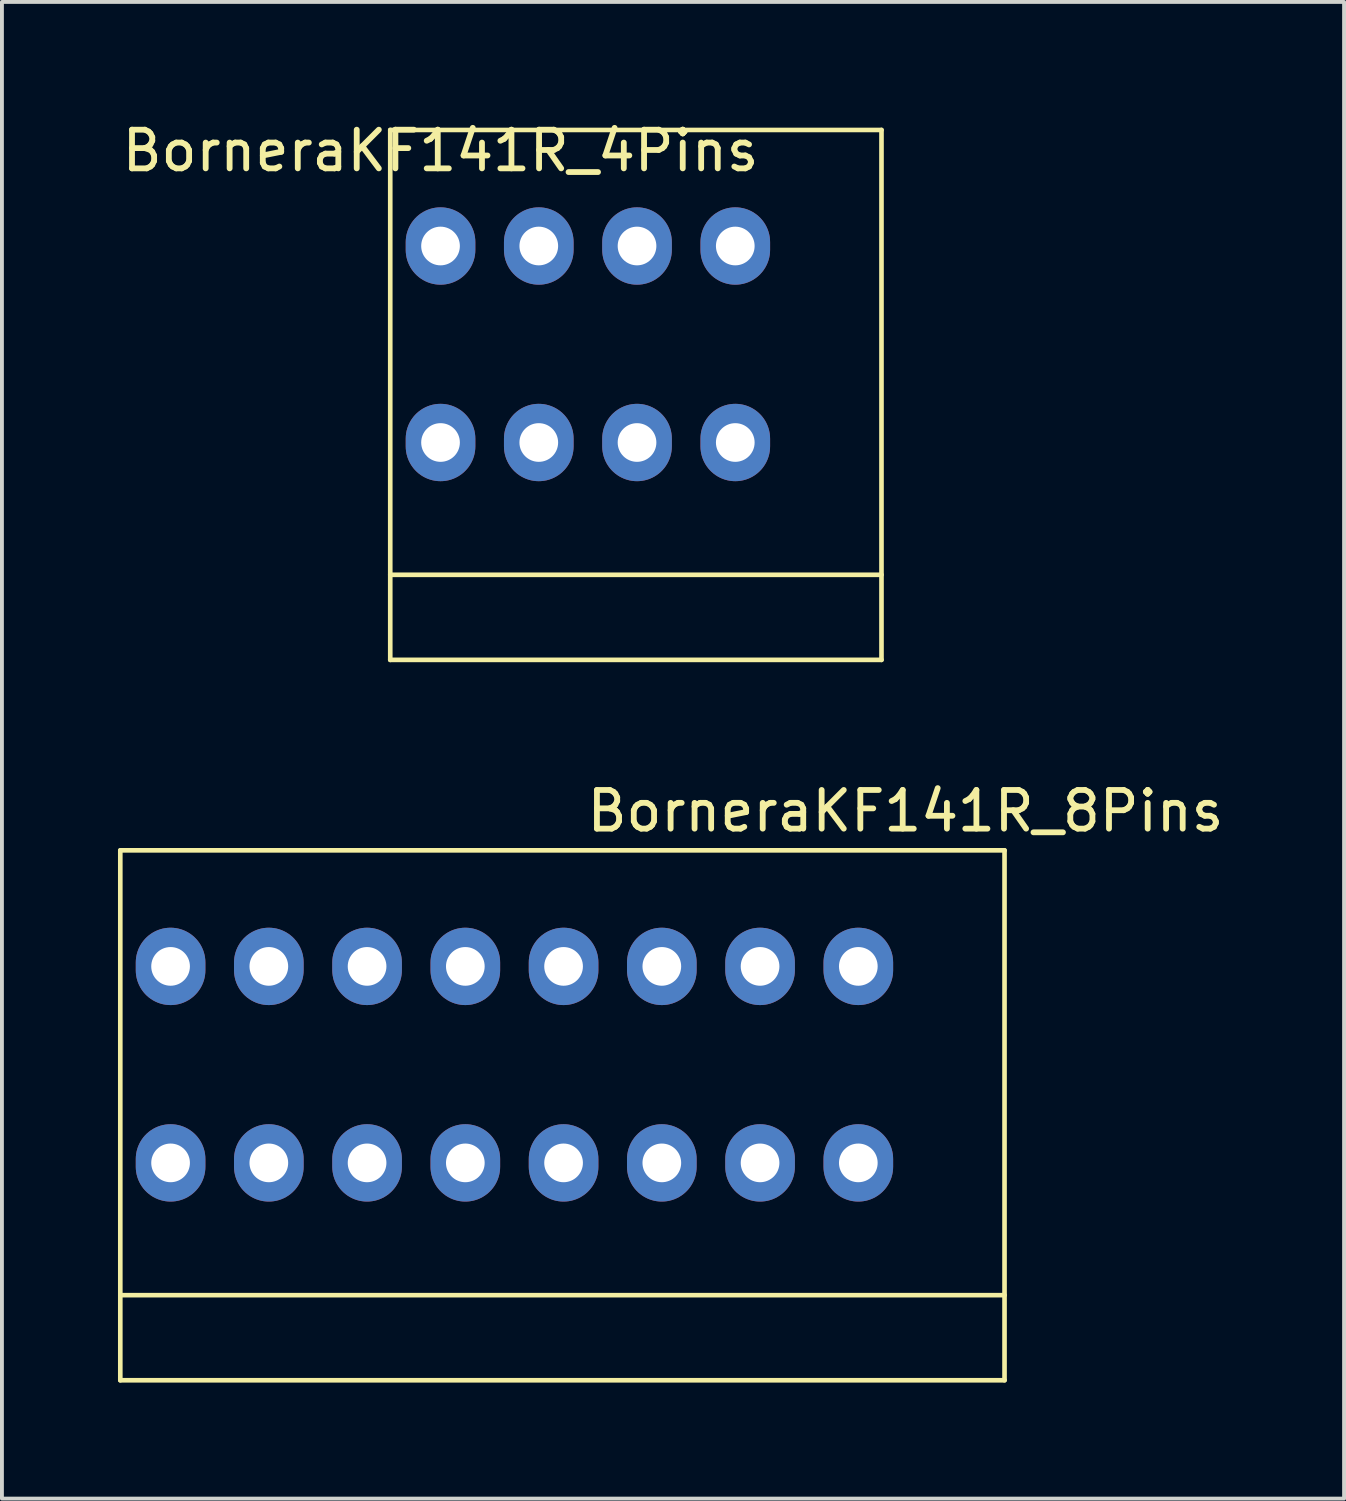
<source format=kicad_pcb>
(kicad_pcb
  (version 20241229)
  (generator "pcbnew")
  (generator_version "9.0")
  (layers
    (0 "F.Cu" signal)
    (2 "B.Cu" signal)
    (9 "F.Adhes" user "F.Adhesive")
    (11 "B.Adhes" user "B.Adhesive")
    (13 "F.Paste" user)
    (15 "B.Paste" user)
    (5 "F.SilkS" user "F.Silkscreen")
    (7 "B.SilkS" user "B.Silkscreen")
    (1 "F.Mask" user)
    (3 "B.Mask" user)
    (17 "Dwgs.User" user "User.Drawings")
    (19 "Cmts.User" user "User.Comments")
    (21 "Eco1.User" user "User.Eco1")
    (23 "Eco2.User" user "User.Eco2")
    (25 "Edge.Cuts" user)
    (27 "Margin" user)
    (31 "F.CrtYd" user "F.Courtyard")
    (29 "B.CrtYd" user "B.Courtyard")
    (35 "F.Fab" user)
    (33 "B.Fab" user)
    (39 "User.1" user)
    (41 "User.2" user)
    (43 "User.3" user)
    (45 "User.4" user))
  (footprint "BorneraKF141R_4Pins"
    (layer "F.Cu")
    (at 8.339 0.348)
    (property "Reference" "BorneraKF141R_4Pins" (at 0 0.5 0) (layer "F.SilkS") (effects (font (size 1 1) (thickness 0.15))))
    (attr through_hole)
    (fp_line (start -1.3 -0.038) (end -1.3 13.662) (stroke (width 0.12) (type solid)) (layer "F.SilkS"))
    (fp_line (start -1.3 11.462) (end 11.4 11.462) (stroke (width 0.12) (type solid)) (layer "F.SilkS"))
    (fp_line (start -1.3 13.662) (end 11.4 13.662) (stroke (width 0.12) (type solid)) (layer "F.SilkS"))
    (fp_line (start 11.4 -0.038) (end -1.3 -0.038) (stroke (width 0.12) (type solid)) (layer "F.SilkS"))
    (fp_line (start 11.4 13.662) (end 11.4 -0.038) (stroke (width 0.12) (type solid)) (layer "F.SilkS"))
    (pad "1" thru_hole oval (at 0 2.962 90) (size 2 1.8) (drill oval 1) (layers "*.Cu" "*.Mask"))
    (pad "1" thru_hole oval (at 0 8.042 90) (size 2 1.8) (drill oval 1) (layers "*.Cu" "*.Mask"))
    (pad "2" thru_hole oval (at 2.54 2.962 90) (size 2 1.8) (drill oval 1) (layers "*.Cu" "*.Mask"))
    (pad "2" thru_hole oval (at 2.54 8.042 90) (size 2 1.8) (drill oval 1) (layers "*.Cu" "*.Mask"))
    (pad "3" thru_hole oval (at 5.08 2.962 90) (size 2 1.8) (drill oval 1) (layers "*.Cu" "*.Mask"))
    (pad "3" thru_hole oval (at 5.08 8.042 90) (size 2 1.8) (drill oval 1) (layers "*.Cu" "*.Mask"))
    (pad "4" thru_hole oval (at 7.62 2.962 90) (size 2 1.8) (drill oval 1) (layers "*.Cu" "*.Mask"))
    (pad "4" thru_hole oval (at 7.62 8.042 90) (size 2 1.8) (drill oval 1) (layers "*.Cu" "*.Mask")))
  (footprint "BorneraKF141R_8Pins"
    (layer "F.Cu")
    (at 1.36 18.934)
    (property "Reference" "BorneraKF141R_8Pins" (at 18.999 -1.016 0) (layer "F.SilkS") (effects (font (size 1 1) (thickness 0.15))))
    (attr through_hole)
    (fp_line (start -1.3 0) (end -1.3 13.7) (stroke (width 0.12) (type solid)) (layer "F.SilkS"))
    (fp_line (start -1.3 11.5) (end 21.56 11.5) (stroke (width 0.12) (type solid)) (layer "F.SilkS"))
    (fp_line (start -1.3 13.7) (end 21.56 13.7) (stroke (width 0.12) (type solid)) (layer "F.SilkS"))
    (fp_line (start 21.56 0) (end -1.3 0) (stroke (width 0.12) (type solid)) (layer "F.SilkS"))
    (fp_line (start 21.56 13.7) (end 21.56 0) (stroke (width 0.12) (type solid)) (layer "F.SilkS"))
    (pad "1" thru_hole oval (at 0 3 90) (size 2 1.8) (drill oval 1) (layers "*.Cu" "*.Mask"))
    (pad "1" thru_hole oval (at 0 8.08 90) (size 2 1.8) (drill oval 1) (layers "*.Cu" "*.Mask"))
    (pad "2" thru_hole oval (at 2.54 3 90) (size 2 1.8) (drill oval 1) (layers "*.Cu" "*.Mask"))
    (pad "2" thru_hole oval (at 2.54 8.08 90) (size 2 1.8) (drill oval 1) (layers "*.Cu" "*.Mask"))
    (pad "3" thru_hole oval (at 5.08 3 90) (size 2 1.8) (drill oval 1) (layers "*.Cu" "*.Mask"))
    (pad "3" thru_hole oval (at 5.08 8.08 90) (size 2 1.8) (drill oval 1) (layers "*.Cu" "*.Mask"))
    (pad "4" thru_hole oval (at 7.62 3 90) (size 2 1.8) (drill oval 1) (layers "*.Cu" "*.Mask"))
    (pad "4" thru_hole oval (at 7.62 8.08 90) (size 2 1.8) (drill oval 1) (layers "*.Cu" "*.Mask"))
    (pad "5" thru_hole oval (at 10.16 3 90) (size 2 1.8) (drill oval 1) (layers "*.Cu" "*.Mask"))
    (pad "5" thru_hole oval (at 10.16 8.08 90) (size 2 1.8) (drill oval 1) (layers "*.Cu" "*.Mask"))
    (pad "6" thru_hole oval (at 12.7 3 90) (size 2 1.8) (drill oval 1) (layers "*.Cu" "*.Mask"))
    (pad "6" thru_hole oval (at 12.7 8.08 90) (size 2 1.8) (drill oval 1) (layers "*.Cu" "*.Mask"))
    (pad "7" thru_hole oval (at 15.24 3 90) (size 2 1.8) (drill oval 1) (layers "*.Cu" "*.Mask"))
    (pad "7" thru_hole oval (at 15.24 8.08 90) (size 2 1.8) (drill oval 1) (layers "*.Cu" "*.Mask"))
    (pad "8" thru_hole oval (at 17.78 3 90) (size 2 1.8) (drill oval 1) (layers "*.Cu" "*.Mask"))
    (pad "8" thru_hole oval (at 17.78 8.08 90) (size 2 1.8) (drill oval 1) (layers "*.Cu" "*.Mask")))
  (gr_rect
    (start -3 -3)
    (end 31.698 35.694)
    (stroke (width 0.1) (type default))
    (fill no)
    (layer "Edge.Cuts")))
</source>
